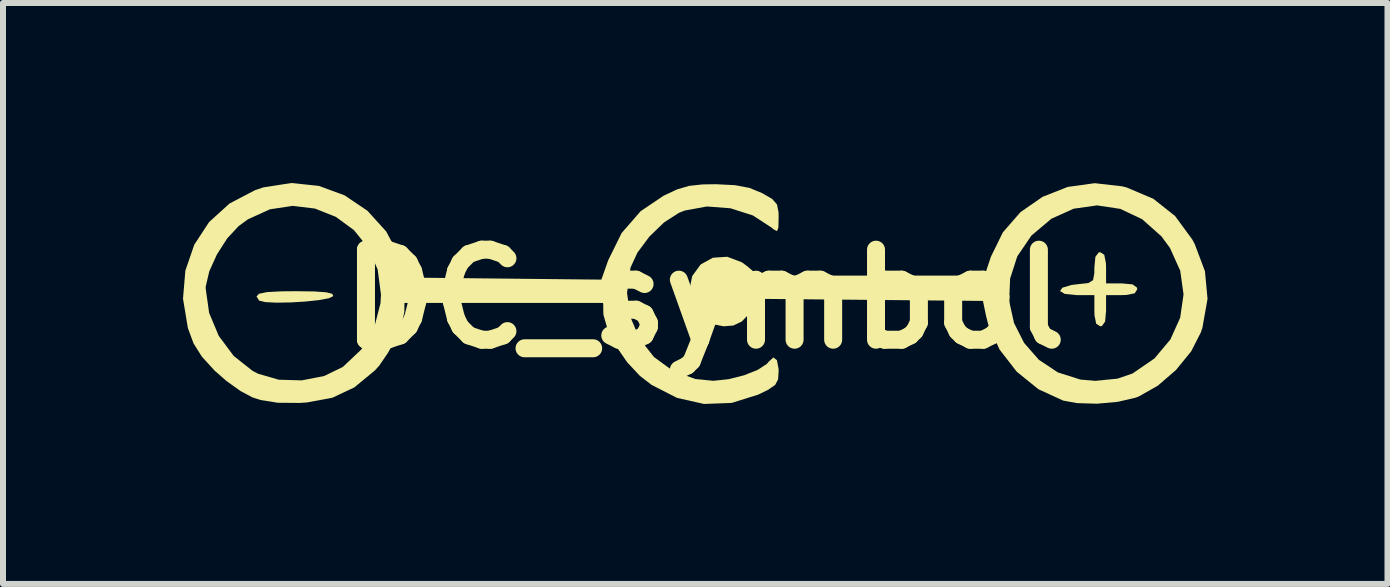
<source format=kicad_pcb>
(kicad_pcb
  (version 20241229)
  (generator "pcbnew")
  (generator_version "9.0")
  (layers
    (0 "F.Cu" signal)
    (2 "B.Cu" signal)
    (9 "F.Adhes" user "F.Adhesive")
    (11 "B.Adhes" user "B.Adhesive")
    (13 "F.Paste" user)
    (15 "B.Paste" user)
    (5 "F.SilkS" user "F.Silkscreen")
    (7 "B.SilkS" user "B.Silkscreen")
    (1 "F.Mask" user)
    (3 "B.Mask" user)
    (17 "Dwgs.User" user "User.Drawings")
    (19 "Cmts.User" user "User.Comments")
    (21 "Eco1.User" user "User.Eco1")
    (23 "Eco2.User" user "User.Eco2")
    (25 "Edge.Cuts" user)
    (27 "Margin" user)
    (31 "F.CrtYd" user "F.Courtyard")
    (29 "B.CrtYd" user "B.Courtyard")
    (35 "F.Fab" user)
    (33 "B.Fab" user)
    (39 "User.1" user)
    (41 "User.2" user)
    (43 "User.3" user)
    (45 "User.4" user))
  (footprint "DC_symbol"
    (layer "F.Cu")
    (at 8.692 1.933)
    (property "Reference" "DC_symbol" (at 0 0 0) (layer "F.SilkS") (effects (font (size 1.5 1.5) (thickness 0.3))))
    (attr board_only exclude_from_pos_files exclude_from_bom)
    (fp_poly (pts (xy -6.504 -0.126) (xy -6.306 -0.112) (xy -6.206 -0.087) (xy -6.187 -0.049) (xy -6.259 -0.013) (xy -6.425 0.018) (xy -6.649 0.042) (xy -6.896 0.057) (xy -7.131 0.061) (xy -7.317 0.052) (xy -7.42 0.028) (xy -7.425 0.024) (xy -7.467 -0.042) (xy -7.427 -0.087) (xy -7.293 -0.115) (xy -7.052 -0.128) (xy -6.816 -0.13)) (stroke (width 0) (type solid)) (fill yes) (layer "F.SilkS"))
    (fp_poly (pts (xy 6.661 -0.737) (xy 6.689 -0.594) (xy 6.691 -0.52) (xy 6.691 -0.26) (xy 6.951 -0.26) (xy 7.132 -0.244) (xy 7.206 -0.19) (xy 7.211 -0.162) (xy 7.168 -0.095) (xy 7.026 -0.067) (xy 6.951 -0.065) (xy 6.691 -0.065) (xy 6.691 0.195) (xy 6.675 0.376) (xy 6.622 0.45) (xy 6.594 0.455) (xy 6.526 0.412) (xy 6.498 0.27) (xy 6.496 0.195) (xy 6.496 -0.065) (xy 6.198 -0.065) (xy 6.002 -0.085) (xy 5.924 -0.132) (xy 5.962 -0.188) (xy 6.114 -0.234) (xy 6.225 -0.247) (xy 6.396 -0.266) (xy 6.474 -0.314) (xy 6.495 -0.427) (xy 6.496 -0.523) (xy 6.513 -0.703) (xy 6.567 -0.775) (xy 6.594 -0.78)) (stroke (width 0) (type solid)) (fill yes) (layer "F.SilkS"))
    (fp_poly (pts (xy 6.959 -1.878) (xy 7.033 -1.859) (xy 7.479 -1.67) (xy 7.841 -1.383) (xy 8.127 -0.993) (xy 8.168 -0.917) (xy 8.339 -0.463) (xy 8.382 -0.002) (xy 8.297 0.477) (xy 8.271 0.556) (xy 8.109 0.873) (xy 7.857 1.182) (xy 7.553 1.445) (xy 7.235 1.625) (xy 7.182 1.645) (xy 6.884 1.714) (xy 6.539 1.745) (xy 6.206 1.735) (xy 5.976 1.693) (xy 5.562 1.503) (xy 5.201 1.21) (xy 4.915 0.841) (xy 4.726 0.42) (xy 4.69 0.278) (xy 4.64 0.036) (xy 5.076 0.036) (xy 5.157 0.4) (xy 5.325 0.732) (xy 5.571 1.013) (xy 5.887 1.223) (xy 6.265 1.343) (xy 6.515 1.364) (xy 6.882 1.327) (xy 7.133 1.241) (xy 7.497 0.991) (xy 7.763 0.674) (xy 7.926 0.312) (xy 7.982 -0.076) (xy 7.927 -0.471) (xy 7.756 -0.851) (xy 7.613 -1.045) (xy 7.292 -1.33) (xy 6.928 -1.502) (xy 6.541 -1.56) (xy 6.151 -1.505) (xy 5.78 -1.338) (xy 5.447 -1.057) (xy 5.444 -1.053) (xy 5.211 -0.71) (xy 5.092 -0.34) (xy 5.076 0.036) (xy 4.64 0.036) (xy 4.639 0.032) (xy 2.795 0.015) (xy 0.952 -0.002) (xy 0.763 0.226) (xy 0.619 0.376) (xy 0.479 0.442) (xy 0.317 0.455) (xy 0.045 0.401) (xy -0.148 0.249) (xy -0.249 0.012) (xy -0.26 -0.118) (xy -0.206 -0.383) (xy -0.064 -0.577) (xy 0.139 -0.688) (xy 0.377 -0.704) (xy 0.621 -0.612) (xy 0.703 -0.552) (xy 0.896 -0.39) (xy 2.781 -0.39) (xy 4.667 -0.39) (xy 4.772 -0.705) (xy 4.971 -1.111) (xy 5.265 -1.448) (xy 5.633 -1.703) (xy 6.052 -1.868) (xy 6.501 -1.93)) (stroke (width 0) (type solid)) (fill yes) (layer "F.SilkS"))
    (fp_poly (pts (xy -6.428 -1.885) (xy -6 -1.728) (xy -5.619 -1.471) (xy -5.306 -1.126) (xy -5.08 -0.701) (xy -5.075 -0.687) (xy -4.952 -0.357) (xy -3.336 -0.34) (xy -1.72 -0.323) (xy -1.606 -0.646) (xy -1.382 -1.1) (xy -1.066 -1.463) (xy -0.684 -1.721) (xy -0.454 -1.828) (xy -0.255 -1.886) (xy -0.029 -1.91) (xy 0.19 -1.913) (xy 0.508 -1.897) (xy 0.747 -1.852) (xy 0.956 -1.766) (xy 0.958 -1.765) (xy 1.126 -1.668) (xy 1.207 -1.576) (xy 1.233 -1.443) (xy 1.234 -1.353) (xy 1.23 -1.188) (xy 1.207 -1.131) (xy 1.15 -1.161) (xy 1.119 -1.188) (xy 0.806 -1.392) (xy 0.432 -1.512) (xy 0.039 -1.542) (xy -0.331 -1.474) (xy -0.426 -1.437) (xy -0.677 -1.275) (xy -0.92 -1.04) (xy -1.119 -0.773) (xy -1.234 -0.524) (xy -1.292 -0.102) (xy -1.237 0.299) (xy -1.083 0.662) (xy -0.843 0.967) (xy -0.529 1.196) (xy -0.156 1.333) (xy 0.144 1.363) (xy 0.395 1.337) (xy 0.655 1.272) (xy 0.884 1.182) (xy 1.039 1.081) (xy 1.068 1.046) (xy 1.146 0.974) (xy 1.206 1.02) (xy 1.234 1.17) (xy 1.234 1.205) (xy 1.225 1.34) (xy 1.177 1.431) (xy 1.061 1.512) (xy 0.893 1.594) (xy 0.45 1.732) (xy -0.009 1.749) (xy -0.46 1.648) (xy -0.882 1.432) (xy -1.078 1.281) (xy -1.29 1.054) (xy -1.477 0.783) (xy -1.616 0.506) (xy -1.685 0.264) (xy -1.688 0.211) (xy -1.689 0.065) (xy -3.346 0.065) (xy -5.002 0.065) (xy -5.003 0.211) (xy -5.041 0.398) (xy -5.139 0.641) (xy -5.274 0.894) (xy -5.423 1.112) (xy -5.495 1.191) (xy -5.837 1.473) (xy -6.202 1.645) (xy -6.627 1.724) (xy -6.748 1.732) (xy -7.115 1.729) (xy -7.402 1.683) (xy -7.536 1.639) (xy -7.735 1.533) (xy -7.967 1.367) (xy -8.165 1.194) (xy -8.378 0.96) (xy -8.516 0.741) (xy -8.611 0.484) (xy -8.611 0.484) (xy -8.692 -0.004) (xy -8.678 -0.175) (xy -8.314 -0.175) (xy -8.257 0.231) (xy -8.096 0.615) (xy -7.848 0.948) (xy -7.535 1.196) (xy -7.442 1.245) (xy -7.097 1.345) (xy -6.713 1.356) (xy -6.339 1.283) (xy -6.028 1.132) (xy -5.72 0.841) (xy -5.506 0.477) (xy -5.401 0.07) (xy -5.393 -0.074) (xy -5.448 -0.491) (xy -5.605 -0.852) (xy -5.843 -1.148) (xy -6.145 -1.369) (xy -6.492 -1.507) (xy -6.864 -1.552) (xy -7.243 -1.495) (xy -7.61 -1.328) (xy -7.764 -1.216) (xy -7.955 -1.011) (xy -8.126 -0.744) (xy -8.254 -0.462) (xy -8.313 -0.211) (xy -8.314 -0.175) (xy -8.678 -0.175) (xy -8.653 -0.472) (xy -8.505 -0.904) (xy -8.257 -1.283) (xy -7.916 -1.592) (xy -7.493 -1.813) (xy -7.351 -1.861) (xy -6.885 -1.933)) (stroke (width 0) (type solid)) (fill yes) (layer "F.SilkS")))
  (gr_rect
    (start -3 -3)
    (end 20.073 6.681)
    (stroke (width 0.1) (type default))
    (fill no)
    (layer "Edge.Cuts")))
</source>
